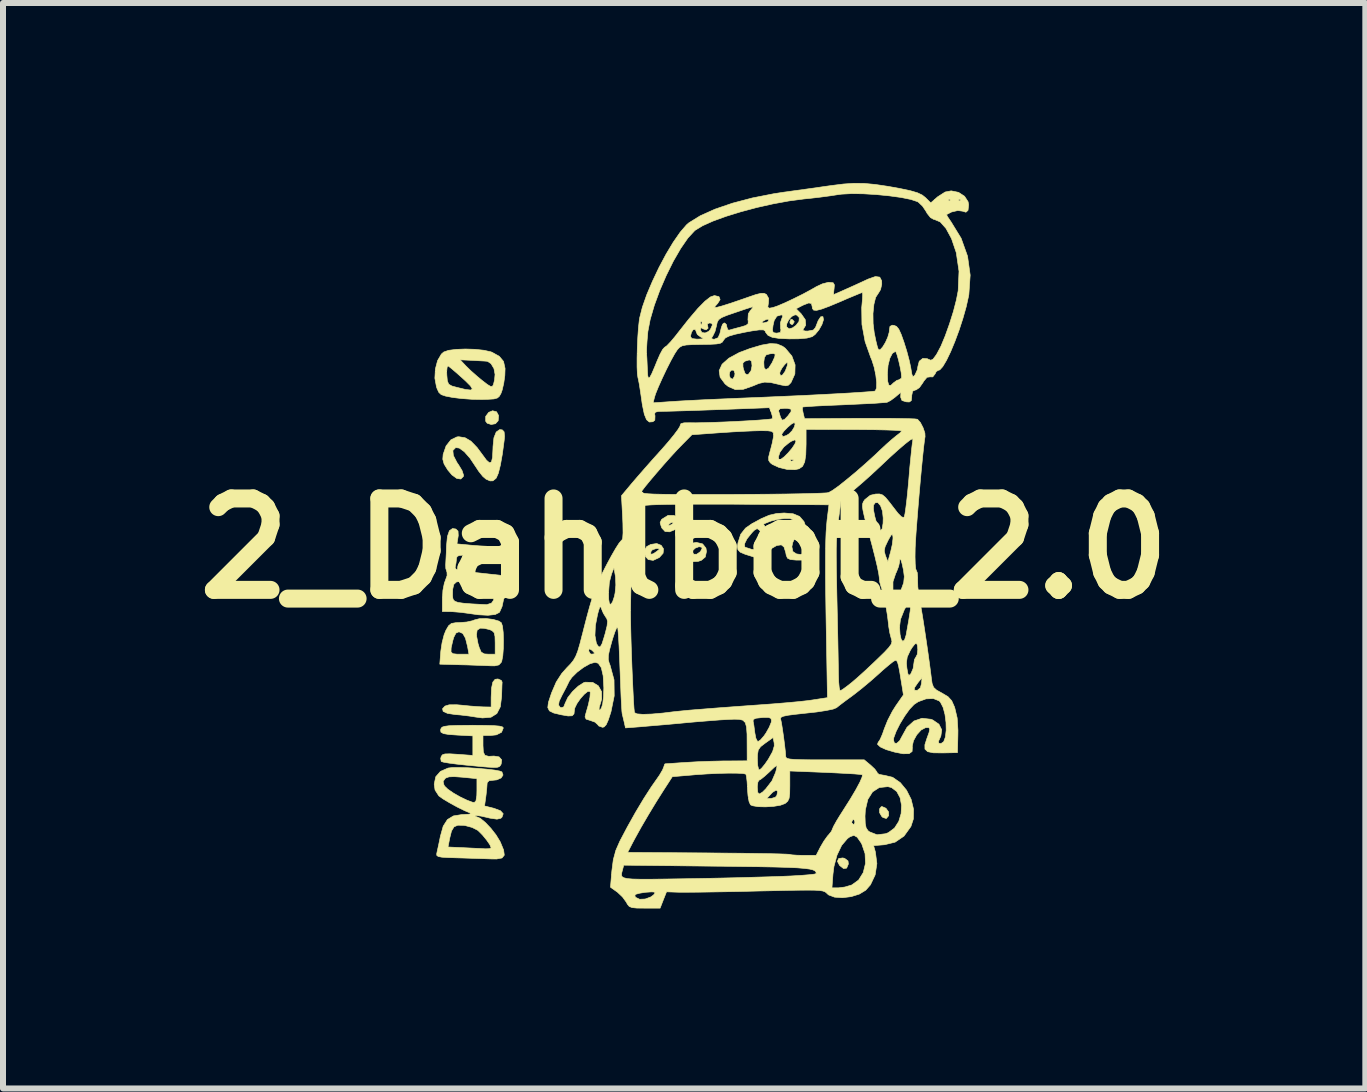
<source format=kicad_pcb>
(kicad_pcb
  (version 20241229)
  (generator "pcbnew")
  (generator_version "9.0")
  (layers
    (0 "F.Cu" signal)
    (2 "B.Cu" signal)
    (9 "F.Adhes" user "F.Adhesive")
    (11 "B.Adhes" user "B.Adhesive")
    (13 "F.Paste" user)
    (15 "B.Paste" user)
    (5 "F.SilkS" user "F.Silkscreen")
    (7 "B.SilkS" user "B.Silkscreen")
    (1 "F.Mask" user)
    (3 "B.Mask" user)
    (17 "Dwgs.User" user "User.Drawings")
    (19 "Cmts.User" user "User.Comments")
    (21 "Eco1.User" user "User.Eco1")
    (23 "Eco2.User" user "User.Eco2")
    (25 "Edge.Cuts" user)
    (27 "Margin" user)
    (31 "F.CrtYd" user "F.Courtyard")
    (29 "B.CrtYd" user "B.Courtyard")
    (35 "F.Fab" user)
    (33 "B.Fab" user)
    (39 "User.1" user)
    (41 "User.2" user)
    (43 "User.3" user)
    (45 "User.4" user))
  (footprint "2_Dahlbot_2.0"
    (layer "F.Cu")
    (at 8.353 6.092)
    (property "Reference" "2_Dahlbot_2.0" (at 0 0 0) (layer "F.SilkS") (effects (font (size 1.524 1.524) (thickness 0.3))))
    (attr through_hole)
    (fp_poly (pts (xy 1.832 -3.785) (xy 1.834 -3.776) (xy 1.808 -3.736) (xy 1.797 -3.732) (xy 1.767 -3.748) (xy 1.761 -3.776) (xy 1.778 -3.818) (xy 1.797 -3.82) (xy 1.832 -3.785)) (stroke (width 0.01) (type solid)) (fill yes) (layer "F.SilkS"))
    (fp_poly (pts (xy 2.674 5.164) (xy 2.731 5.207) (xy 2.737 5.258) (xy 2.708 5.327) (xy 2.656 5.334) (xy 2.591 5.283) (xy 2.554 5.214) (xy 2.575 5.167) (xy 2.642 5.157) (xy 2.674 5.164)) (stroke (width 0.01) (type solid)) (fill yes) (layer "F.SilkS"))
    (fp_poly (pts (xy -3.127 -2.279) (xy -3.093 -2.216) (xy -3.1 -2.129) (xy -3.145 -2.08) (xy -3.216 -2.067) (xy -3.283 -2.088) (xy -3.308 -2.121) (xy -3.308 -2.202) (xy -3.258 -2.269) (xy -3.193 -2.296) (xy -3.127 -2.279)) (stroke (width 0.01) (type solid)) (fill yes) (layer "F.SilkS"))
    (fp_poly (pts (xy 3.363 4.329) (xy 3.407 4.391) (xy 3.408 4.453) (xy 3.369 4.5) (xy 3.313 4.483) (xy 3.292 4.464) (xy 3.257 4.403) (xy 3.256 4.34) (xy 3.285 4.303) (xy 3.298 4.301) (xy 3.363 4.329)) (stroke (width 0.01) (type solid)) (fill yes) (layer "F.SilkS"))
    (fp_poly (pts (xy -0.383 -0.053) (xy -0.344 0.006) (xy -0.351 0.079) (xy -0.414 0.15) (xy -0.517 0.198) (xy -0.599 0.184) (xy -0.645 0.133) (xy -0.654 0.095) (xy -0.558 0.095) (xy -0.518 0.089) (xy -0.459 0.05) (xy -0.414 0.013) (xy -0.425 0.001) (xy -0.464 0) (xy -0.53 0.022) (xy -0.554 0.051) (xy -0.558 0.095) (xy -0.654 0.095) (xy -0.668 0.041) (xy -0.626 -0.031) (xy -0.557 -0.068) (xy -0.457 -0.083) (xy -0.383 -0.053)) (stroke (width 0.01) (type solid)) (fill yes) (layer "F.SilkS"))
    (fp_poly (pts (xy -0.103 -0.51) (xy -0.045 -0.438) (xy -0.047 -0.384) (xy -0.112 -0.334) (xy -0.134 -0.323) (xy -0.244 -0.278) (xy -0.319 -0.284) (xy -0.371 -0.34) (xy -0.379 -0.357) (xy -0.387 -0.382) (xy -0.267 -0.382) (xy -0.234 -0.389) (xy -0.227 -0.392) (xy -0.186 -0.418) (xy -0.185 -0.434) (xy -0.221 -0.43) (xy -0.246 -0.411) (xy -0.267 -0.382) (xy -0.387 -0.382) (xy -0.401 -0.43) (xy -0.379 -0.48) (xy -0.37 -0.489) (xy -0.269 -0.552) (xy -0.17 -0.552) (xy -0.103 -0.51)) (stroke (width 0.01) (type solid)) (fill yes) (layer "F.SilkS"))
    (fp_poly (pts (xy 0.307 -0.077) (xy 0.363 -0.007) (xy 0.372 0.049) (xy 0.352 0.142) (xy 0.286 0.197) (xy 0.231 0.215) (xy 0.15 0.218) (xy 0.092 0.169) (xy 0.087 0.162) (xy 0.039 0.056) (xy 0.04 0.053) (xy 0.135 0.053) (xy 0.158 0.095) (xy 0.21 0.095) (xy 0.269 0.053) (xy 0.272 0.05) (xy 0.298 -0.000432) (xy 0.295 -0.021) (xy 0.247 -0.03) (xy 0.184 -0.006) (xy 0.14 0.036) (xy 0.135 0.053) (xy 0.04 0.053) (xy 0.051 -0.03) (xy 0.116 -0.086) (xy 0.203 -0.102) (xy 0.307 -0.077)) (stroke (width 0.01) (type solid)) (fill yes) (layer "F.SilkS"))
    (fp_poly (pts (xy -3.047 2.199) (xy -3.034 2.227) (xy -3.037 2.282) (xy -3.04 2.38) (xy -3.043 2.469) (xy -3.064 2.638) (xy -3.122 2.751) (xy -3.22 2.812) (xy -3.362 2.824) (xy -3.475 2.809) (xy -3.591 2.791) (xy -3.734 2.774) (xy -3.812 2.768) (xy -3.944 2.748) (xy -4.017 2.715) (xy -4.027 2.67) (xy -3.986 2.626) (xy -3.917 2.605) (xy -3.791 2.604) (xy -3.702 2.612) (xy -3.562 2.626) (xy -3.428 2.636) (xy -3.344 2.64) (xy -3.217 2.642) (xy -3.217 2.481) (xy -3.21 2.324) (xy -3.189 2.227) (xy -3.151 2.18) (xy -3.103 2.174) (xy -3.047 2.199)) (stroke (width 0.01) (type solid)) (fill yes) (layer "F.SilkS"))
    (fp_poly (pts (xy -3.318 2.948) (xy -3.173 2.952) (xy -3.079 2.96) (xy -3.029 2.973) (xy -3.014 2.99) (xy -3.044 3.063) (xy -3.13 3.106) (xy -3.224 3.116) (xy -3.353 3.116) (xy -3.353 3.285) (xy -3.347 3.393) (xy -3.321 3.447) (xy -3.258 3.464) (xy -3.17 3.459) (xy -3.085 3.473) (xy -3.041 3.523) (xy -3.05 3.593) (xy -3.065 3.619) (xy -3.084 3.637) (xy -3.117 3.647) (xy -3.175 3.649) (xy -3.269 3.644) (xy -3.408 3.632) (xy -3.603 3.613) (xy -3.629 3.611) (xy -3.787 3.594) (xy -3.918 3.577) (xy -4.011 3.561) (xy -4.049 3.549) (xy -4.058 3.501) (xy -4.05 3.468) (xy -4.03 3.439) (xy -3.987 3.424) (xy -3.906 3.422) (xy -3.775 3.43) (xy -3.522 3.449) (xy -3.522 3.123) (xy -3.774 3.11) (xy -3.921 3.1) (xy -4.011 3.085) (xy -4.054 3.061) (xy -4.06 3.024) (xy -4.052 2.999) (xy -4.035 2.978) (xy -3.994 2.964) (xy -3.92 2.954) (xy -3.803 2.949) (xy -3.634 2.947) (xy -3.523 2.946) (xy -3.318 2.948)) (stroke (width 0.01) (type solid)) (fill yes) (layer "F.SilkS"))
    (fp_poly (pts (xy -3.031 -1.977) (xy -3.001 -1.945) (xy -2.994 -1.871) (xy -3 -1.8) (xy -3.03 -1.576) (xy -3.063 -1.391) (xy -3.097 -1.255) (xy -3.132 -1.175) (xy -3.139 -1.167) (xy -3.188 -1.128) (xy -3.236 -1.127) (xy -3.302 -1.156) (xy -3.356 -1.202) (xy -3.424 -1.287) (xy -3.47 -1.357) (xy -3.569 -1.505) (xy -3.664 -1.613) (xy -3.748 -1.674) (xy -3.808 -1.682) (xy -3.855 -1.634) (xy -3.847 -1.55) (xy -3.786 -1.432) (xy -3.76 -1.395) (xy -3.701 -1.297) (xy -3.677 -1.222) (xy -3.679 -1.202) (xy -3.723 -1.158) (xy -3.79 -1.168) (xy -3.871 -1.227) (xy -3.94 -1.309) (xy -4.001 -1.408) (xy -4.023 -1.488) (xy -4.017 -1.568) (xy -3.968 -1.71) (xy -3.888 -1.811) (xy -3.787 -1.86) (xy -3.756 -1.863) (xy -3.651 -1.846) (xy -3.554 -1.789) (xy -3.452 -1.684) (xy -3.368 -1.571) (xy -3.295 -1.472) (xy -3.244 -1.428) (xy -3.212 -1.443) (xy -3.194 -1.519) (xy -3.187 -1.658) (xy -3.186 -1.699) (xy -3.171 -1.845) (xy -3.133 -1.941) (xy -3.075 -1.982) (xy -3.031 -1.977)) (stroke (width 0.01) (type solid)) (fill yes) (layer "F.SilkS"))
    (fp_poly (pts (xy -3.183 1.182) (xy -3.087 1.21) (xy -3.047 1.238) (xy -3.028 1.295) (xy -3.016 1.399) (xy -3.012 1.529) (xy -3.014 1.666) (xy -3.023 1.788) (xy -3.04 1.876) (xy -3.047 1.895) (xy -3.088 1.94) (xy -3.158 1.956) (xy -3.227 1.955) (xy -3.323 1.951) (xy -3.464 1.946) (xy -3.627 1.94) (xy -3.721 1.938) (xy -4.073 1.928) (xy -4.057 1.723) (xy -3.886 1.723) (xy -3.856 1.753) (xy -3.786 1.761) (xy -3.741 1.761) (xy -3.587 1.761) (xy -3.61 1.634) (xy -3.645 1.495) (xy -3.672 1.447) (xy -3.462 1.447) (xy -3.436 1.584) (xy -3.416 1.651) (xy -3.383 1.727) (xy -3.33 1.757) (xy -3.266 1.761) (xy -3.15 1.761) (xy -3.15 1.574) (xy -3.153 1.465) (xy -3.167 1.403) (xy -3.201 1.37) (xy -3.241 1.352) (xy -3.333 1.33) (xy -3.401 1.328) (xy -3.451 1.362) (xy -3.462 1.447) (xy -3.672 1.447) (xy -3.69 1.416) (xy -3.751 1.389) (xy -3.756 1.389) (xy -3.804 1.41) (xy -3.841 1.482) (xy -3.857 1.539) (xy -3.884 1.656) (xy -3.886 1.723) (xy -4.057 1.723) (xy -4.056 1.71) (xy -4.035 1.571) (xy -4.001 1.438) (xy -3.971 1.364) (xy -3.926 1.287) (xy -3.879 1.249) (xy -3.804 1.236) (xy -3.739 1.234) (xy -3.623 1.225) (xy -3.525 1.203) (xy -3.497 1.191) (xy -3.414 1.17) (xy -3.301 1.167) (xy -3.183 1.182)) (stroke (width 0.01) (type solid)) (fill yes) (layer "F.SilkS"))
    (fp_poly (pts (xy -3.485 -3.32) (xy -3.337 -3.304) (xy -3.222 -3.278) (xy -3.203 -3.271) (xy -3.081 -3.203) (xy -3.011 -3.119) (xy -2.985 -3.001) (xy -2.989 -2.883) (xy -3.007 -2.755) (xy -3.034 -2.639) (xy -3.053 -2.586) (xy -3.08 -2.538) (xy -3.113 -2.509) (xy -3.17 -2.493) (xy -3.266 -2.487) (xy -3.37 -2.484) (xy -3.538 -2.487) (xy -3.716 -2.5) (xy -3.861 -2.518) (xy -3.979 -2.541) (xy -4.049 -2.565) (xy -4.089 -2.602) (xy -4.118 -2.665) (xy -4.129 -2.697) (xy -4.155 -2.839) (xy -4.149 -2.948) (xy -3.958 -2.948) (xy -3.956 -2.891) (xy -3.947 -2.792) (xy -3.924 -2.738) (xy -3.871 -2.708) (xy -3.793 -2.687) (xy -3.645 -2.651) (xy -3.558 -2.641) (xy -3.531 -2.659) (xy -3.561 -2.71) (xy -3.646 -2.795) (xy -3.691 -2.836) (xy -3.792 -2.926) (xy -3.875 -2.997) (xy -3.927 -3.038) (xy -3.936 -3.043) (xy -3.951 -3.02) (xy -3.958 -2.948) (xy -4.149 -2.948) (xy -4.147 -2.991) (xy -4.11 -3.131) (xy -4.102 -3.145) (xy -3.734 -3.145) (xy -3.636 -3.041) (xy -3.555 -2.962) (xy -3.447 -2.867) (xy -3.371 -2.804) (xy -3.279 -2.733) (xy -3.225 -2.701) (xy -3.196 -2.703) (xy -3.179 -2.732) (xy -3.16 -2.81) (xy -3.152 -2.902) (xy -3.17 -2.999) (xy -3.219 -3.081) (xy -3.279 -3.12) (xy -3.323 -3.124) (xy -3.413 -3.129) (xy -3.518 -3.135) (xy -3.734 -3.145) (xy -4.102 -3.145) (xy -4.047 -3.24) (xy -4.007 -3.275) (xy -3.927 -3.303) (xy -3.8 -3.319) (xy -3.646 -3.325) (xy -3.485 -3.32)) (stroke (width 0.01) (type solid)) (fill yes) (layer "F.SilkS"))
    (fp_poly (pts (xy 1.548 -3.409) (xy 1.64 -3.371) (xy 1.686 -3.337) (xy 1.795 -3.208) (xy 1.849 -3.061) (xy 1.845 -2.909) (xy 1.782 -2.769) (xy 1.777 -2.762) (xy 1.739 -2.723) (xy 1.693 -2.712) (xy 1.614 -2.726) (xy 1.574 -2.736) (xy 1.44 -2.767) (xy 1.34 -2.773) (xy 1.245 -2.751) (xy 1.147 -2.71) (xy 0.984 -2.653) (xy 0.852 -2.649) (xy 0.738 -2.698) (xy 0.682 -2.743) (xy 0.599 -2.855) (xy 0.594 -2.891) (xy 0.751 -2.891) (xy 0.769 -2.841) (xy 0.803 -2.824) (xy 0.813 -2.828) (xy 0.841 -2.876) (xy 0.847 -2.915) (xy 0.828 -2.971) (xy 0.788 -2.973) (xy 0.761 -2.945) (xy 0.751 -2.891) (xy 0.594 -2.891) (xy 0.583 -2.964) (xy 0.632 -3.071) (xy 0.654 -3.091) (xy 0.979 -3.091) (xy 0.98 -3.029) (xy 0.989 -2.988) (xy 1.016 -2.915) (xy 1.048 -2.897) (xy 1.073 -2.907) (xy 1.084 -2.921) (xy 1.592 -2.921) (xy 1.606 -2.881) (xy 1.64 -2.893) (xy 1.681 -2.951) (xy 1.688 -2.965) (xy 1.717 -3.043) (xy 1.726 -3.092) (xy 1.711 -3.099) (xy 1.676 -3.067) (xy 1.634 -3.013) (xy 1.602 -2.956) (xy 1.592 -2.921) (xy 1.084 -2.921) (xy 1.114 -2.962) (xy 1.131 -3.044) (xy 1.125 -3.107) (xy 1.327 -3.107) (xy 1.332 -3.014) (xy 1.362 -2.98) (xy 1.408 -3.007) (xy 1.464 -3.094) (xy 1.467 -3.1) (xy 1.509 -3.192) (xy 1.517 -3.237) (xy 1.489 -3.25) (xy 1.431 -3.245) (xy 1.368 -3.228) (xy 1.338 -3.184) (xy 1.327 -3.107) (xy 1.125 -3.107) (xy 1.124 -3.122) (xy 1.086 -3.144) (xy 1.013 -3.122) (xy 0.979 -3.091) (xy 0.654 -3.091) (xy 0.745 -3.172) (xy 0.92 -3.267) (xy 1.102 -3.335) (xy 1.293 -3.391) (xy 1.437 -3.416) (xy 1.548 -3.409)) (stroke (width 0.01) (type solid)) (fill yes) (layer "F.SilkS"))
    (fp_poly (pts (xy -3.806 -0.325) (xy -3.769 -0.29) (xy -3.765 -0.217) (xy -3.769 -0.19) (xy -3.787 -0.077) (xy -3.562 -0.056) (xy -3.413 -0.044) (xy -3.263 -0.036) (xy -3.173 -0.034) (xy -3.075 -0.031) (xy -3.029 -0.017) (xy -3.018 0.016) (xy -3.02 0.042) (xy -3.028 0.075) (xy -3.047 0.097) (xy -3.09 0.109) (xy -3.169 0.114) (xy -3.295 0.113) (xy -3.412 0.111) (xy -3.578 0.109) (xy -3.688 0.11) (xy -3.753 0.118) (xy -3.784 0.133) (xy -3.793 0.157) (xy -3.794 0.162) (xy -3.803 0.244) (xy -3.813 0.291) (xy -3.817 0.321) (xy -3.803 0.343) (xy -3.761 0.36) (xy -3.678 0.376) (xy -3.546 0.393) (xy -3.44 0.405) (xy -3.048 0.448) (xy -3.014 0.575) (xy -2.999 0.696) (xy -3.007 0.836) (xy -3.035 0.967) (xy -3.077 1.061) (xy -3.082 1.066) (xy -3.149 1.1) (xy -3.27 1.113) (xy -3.435 1.104) (xy -3.59 1.082) (xy -3.724 1.064) (xy -3.861 1.053) (xy -3.886 1.052) (xy -4.03 1.05) (xy -4.03 0.838) (xy -4.024 0.753) (xy -3.86 0.753) (xy -3.86 0.809) (xy -3.85 0.85) (xy -3.823 0.879) (xy -3.769 0.899) (xy -3.678 0.912) (xy -3.54 0.923) (xy -3.347 0.933) (xy -3.291 0.936) (xy -3.211 0.91) (xy -3.177 0.862) (xy -3.155 0.758) (xy -3.178 0.665) (xy -3.239 0.605) (xy -3.259 0.598) (xy -3.332 0.585) (xy -3.446 0.569) (xy -3.568 0.555) (xy -3.708 0.546) (xy -3.795 0.557) (xy -3.84 0.599) (xy -3.858 0.679) (xy -3.86 0.753) (xy -4.024 0.753) (xy -4.021 0.697) (xy -3.997 0.577) (xy -3.979 0.529) (xy -3.951 0.451) (xy -3.953 0.395) (xy -3.954 0.393) (xy -3.973 0.332) (xy -3.975 0.271) (xy -3.971 0.193) (xy -3.965 0.075) (xy -3.961 -0.042) (xy -3.946 -0.2) (xy -3.913 -0.296) (xy -3.861 -0.333) (xy -3.806 -0.325)) (stroke (width 0.01) (type solid)) (fill yes) (layer "F.SilkS"))
    (fp_poly (pts (xy 1.816 -0.579) (xy 1.923 -0.535) (xy 1.997 -0.449) (xy 2.047 -0.312) (xy 2.076 -0.159) (xy 2.093 0.002) (xy 2.088 0.107) (xy 2.052 0.168) (xy 1.982 0.193) (xy 1.869 0.193) (xy 1.867 0.193) (xy 1.771 0.184) (xy 1.722 0.161) (xy 1.701 0.112) (xy 1.693 0.067) (xy 1.664 -0.025) (xy 1.658 -0.03) (xy 1.795 -0.03) (xy 1.812 0.051) (xy 1.872 0.09) (xy 1.939 0.099) (xy 1.973 0.09) (xy 1.991 0.051) (xy 1.998 -0.035) (xy 1.998 -0.096) (xy 1.995 -0.206) (xy 1.985 -0.287) (xy 1.976 -0.316) (xy 1.943 -0.31) (xy 1.896 -0.26) (xy 1.848 -0.184) (xy 1.811 -0.102) (xy 1.795 -0.031) (xy 1.795 -0.03) (xy 1.658 -0.03) (xy 1.619 -0.061) (xy 1.542 -0.05) (xy 1.461 -0.003) (xy 1.402 0.06) (xy 1.389 0.103) (xy 1.381 0.154) (xy 1.35 0.176) (xy 1.283 0.171) (xy 1.166 0.142) (xy 1.151 0.138) (xy 1.016 0.096) (xy 0.934 0.061) (xy 0.896 0.02) (xy 0.889 -0.036) (xy 0.895 -0.079) (xy 1.006 -0.079) (xy 1.009 -0.028) (xy 1.023 -0.019) (xy 1.095 0.004) (xy 1.118 0.012) (xy 1.229 0.029) (xy 1.302 -0.007) (xy 1.321 -0.034) (xy 1.338 -0.102) (xy 1.316 -0.188) (xy 1.301 -0.221) (xy 1.255 -0.306) (xy 1.216 -0.332) (xy 1.167 -0.303) (xy 1.128 -0.262) (xy 1.047 -0.161) (xy 1.006 -0.079) (xy 0.895 -0.079) (xy 0.897 -0.095) (xy 0.942 -0.237) (xy 1.023 -0.34) (xy 1.121 -0.408) (xy 1.322 -0.408) (xy 1.392 -0.289) (xy 1.469 -0.195) (xy 1.549 -0.168) (xy 1.635 -0.208) (xy 1.726 -0.309) (xy 1.78 -0.395) (xy 1.807 -0.461) (xy 1.807 -0.482) (xy 1.762 -0.5) (xy 1.673 -0.5) (xy 1.563 -0.486) (xy 1.452 -0.459) (xy 1.414 -0.445) (xy 1.322 -0.408) (xy 1.121 -0.408) (xy 1.122 -0.409) (xy 1.287 -0.499) (xy 1.418 -0.555) (xy 1.538 -0.583) (xy 1.667 -0.592) (xy 1.816 -0.579)) (stroke (width 0.01) (type solid)) (fill yes) (layer "F.SilkS"))
    (fp_poly (pts (xy -3.604 3.654) (xy -3.449 3.664) (xy -3.298 3.677) (xy -3.167 3.692) (xy -3.075 3.709) (xy -3.038 3.723) (xy -3.019 3.775) (xy -3.051 3.824) (xy -3.123 3.856) (xy -3.17 3.861) (xy -3.251 3.87) (xy -3.283 3.902) (xy -3.285 3.924) (xy -3.29 3.996) (xy -3.301 4.1) (xy -3.306 4.139) (xy -3.327 4.291) (xy -3.17 4.33) (xy -3.061 4.371) (xy -3.016 4.421) (xy -3.036 4.477) (xy -3.056 4.496) (xy -3.12 4.511) (xy -3.237 4.494) (xy -3.282 4.483) (xy -3.385 4.46) (xy -3.459 4.45) (xy -3.482 4.453) (xy -3.474 4.469) (xy -3.46 4.47) (xy -3.398 4.497) (xy -3.314 4.566) (xy -3.222 4.663) (xy -3.136 4.773) (xy -3.07 4.881) (xy -3.063 4.895) (xy -3.009 5.026) (xy -2.998 5.111) (xy -3.036 5.158) (xy -3.127 5.175) (xy -3.212 5.174) (xy -3.33 5.17) (xy -3.49 5.165) (xy -3.667 5.159) (xy -3.771 5.156) (xy -3.932 5.151) (xy -4.037 5.145) (xy -4.096 5.134) (xy -4.122 5.117) (xy -4.125 5.091) (xy -4.121 5.07) (xy -4.105 4.996) (xy -4.1 4.975) (xy -3.936 4.975) (xy -3.67 4.987) (xy -3.529 4.994) (xy -3.403 5) (xy -3.317 5.005) (xy -3.31 5.005) (xy -3.243 5.003) (xy -3.217 4.989) (xy -3.239 4.936) (xy -3.293 4.858) (xy -3.362 4.774) (xy -3.431 4.705) (xy -3.445 4.694) (xy -3.534 4.649) (xy -3.649 4.618) (xy -3.675 4.614) (xy -3.773 4.612) (xy -3.836 4.639) (xy -3.878 4.709) (xy -3.909 4.833) (xy -3.912 4.851) (xy -3.936 4.975) (xy -4.1 4.975) (xy -4.081 4.885) (xy -4.063 4.796) (xy -4.016 4.628) (xy -3.946 4.518) (xy -3.846 4.457) (xy -3.704 4.434) (xy -3.685 4.434) (xy -3.595 4.429) (xy -3.551 4.421) (xy -3.556 4.413) (xy -3.658 4.37) (xy -3.784 4.308) (xy -3.911 4.238) (xy -4.02 4.173) (xy -4.089 4.123) (xy -4.089 4.123) (xy -4.152 4.025) (xy -4.166 3.928) (xy -4.157 3.884) (xy -4.018 3.884) (xy -4.004 3.94) (xy -3.991 3.962) (xy -3.939 4.012) (xy -3.846 4.076) (xy -3.732 4.141) (xy -3.619 4.195) (xy -3.528 4.229) (xy -3.497 4.233) (xy -3.47 4.205) (xy -3.456 4.116) (xy -3.454 4.035) (xy -3.454 3.836) (xy -3.696 3.812) (xy -3.834 3.802) (xy -3.92 3.806) (xy -3.973 3.825) (xy -3.987 3.837) (xy -4.018 3.884) (xy -4.157 3.884) (xy -4.14 3.804) (xy -4.062 3.715) (xy -3.935 3.659) (xy -3.864 3.651) (xy -3.748 3.65) (xy -3.604 3.654)) (stroke (width 0.01) (type solid)) (fill yes) (layer "F.SilkS"))
    (fp_poly (pts (xy 3 -6.085) (xy 3.183 -6.068) (xy 3.398 -6.036) (xy 3.602 -5.999) (xy 3.771 -5.963) (xy 3.888 -5.929) (xy 3.968 -5.891) (xy 4.022 -5.848) (xy 4.11 -5.761) (xy 4.164 -5.808) (xy 4.403 -5.808) (xy 4.42 -5.791) (xy 4.437 -5.808) (xy 4.572 -5.808) (xy 4.589 -5.791) (xy 4.606 -5.808) (xy 4.589 -5.825) (xy 4.572 -5.808) (xy 4.437 -5.808) (xy 4.42 -5.825) (xy 4.403 -5.808) (xy 4.164 -5.808) (xy 4.224 -5.861) (xy 4.35 -5.942) (xy 4.45 -5.961) (xy 4.573 -5.936) (xy 4.673 -5.871) (xy 4.732 -5.78) (xy 4.741 -5.727) (xy 4.731 -5.636) (xy 4.696 -5.605) (xy 4.637 -5.623) (xy 4.56 -5.633) (xy 4.457 -5.609) (xy 4.374 -5.566) (xy 4.385 -5.538) (xy 4.427 -5.475) (xy 4.448 -5.445) (xy 4.616 -5.171) (xy 4.723 -4.872) (xy 4.767 -4.557) (xy 4.745 -4.235) (xy 4.741 -4.211) (xy 4.701 -4.03) (xy 4.646 -3.836) (xy 4.582 -3.639) (xy 4.512 -3.45) (xy 4.441 -3.279) (xy 4.372 -3.136) (xy 4.31 -3.032) (xy 4.26 -2.977) (xy 4.238 -2.971) (xy 4.202 -2.95) (xy 4.182 -2.91) (xy 4.143 -2.86) (xy 4.101 -2.861) (xy 4.048 -2.854) (xy 3.995 -2.791) (xy 3.977 -2.761) (xy 3.921 -2.682) (xy 3.864 -2.643) (xy 3.853 -2.642) (xy 3.808 -2.622) (xy 3.793 -2.553) (xy 3.793 -2.538) (xy 3.786 -2.466) (xy 3.753 -2.442) (xy 3.7 -2.445) (xy 3.63 -2.467) (xy 3.609 -2.52) (xy 3.609 -2.529) (xy 3.612 -2.604) (xy 3.514 -2.521) (xy 3.439 -2.466) (xy 3.382 -2.437) (xy 3.376 -2.436) (xy 3.318 -2.431) (xy 3.225 -2.424) (xy 3.2 -2.422) (xy 3.12 -2.417) (xy 2.987 -2.411) (xy 2.817 -2.403) (xy 2.626 -2.394) (xy 2.525 -2.39) (xy 2.341 -2.382) (xy 2.183 -2.374) (xy 2.061 -2.366) (xy 1.988 -2.36) (xy 1.973 -2.357) (xy 1.971 -2.319) (xy 1.984 -2.254) (xy 2.006 -2.164) (xy 2.93 -2.17) (xy 3.175 -2.17) (xy 3.398 -2.17) (xy 3.589 -2.167) (xy 3.741 -2.164) (xy 3.844 -2.16) (xy 3.889 -2.154) (xy 3.889 -2.154) (xy 3.937 -2.1) (xy 3.982 -2.013) (xy 4.012 -1.924) (xy 4.015 -1.865) (xy 4.006 -1.808) (xy 3.992 -1.694) (xy 3.975 -1.535) (xy 3.956 -1.342) (xy 3.936 -1.127) (xy 3.916 -0.9) (xy 3.897 -0.673) (xy 3.88 -0.457) (xy 3.865 -0.263) (xy 3.855 -0.102) (xy 3.85 -0.007) (xy 3.848 0.139) (xy 3.851 0.259) (xy 3.859 0.338) (xy 3.867 0.36) (xy 3.885 0.402) (xy 3.892 0.486) (xy 3.891 0.519) (xy 3.894 0.637) (xy 3.911 0.778) (xy 3.923 0.847) (xy 3.944 0.961) (xy 3.972 1.126) (xy 4.003 1.325) (xy 4.035 1.539) (xy 4.066 1.753) (xy 4.093 1.95) (xy 4.114 2.112) (xy 4.117 2.138) (xy 4.132 2.248) (xy 4.157 2.314) (xy 4.207 2.36) (xy 4.296 2.409) (xy 4.397 2.469) (xy 4.459 2.537) (xy 4.505 2.64) (xy 4.511 2.659) (xy 4.55 2.824) (xy 4.563 3.031) (xy 4.562 3.115) (xy 4.555 3.402) (xy 4.31 3.407) (xy 4.154 3.405) (xy 4.058 3.386) (xy 4.013 3.343) (xy 4.012 3.271) (xy 4.043 3.173) (xy 4.082 3.065) (xy 4.093 3.007) (xy 4.076 2.984) (xy 4.028 2.986) (xy 4.023 2.986) (xy 3.949 3.025) (xy 3.876 3.106) (xy 3.822 3.204) (xy 3.801 3.295) (xy 3.803 3.311) (xy 3.799 3.383) (xy 3.749 3.419) (xy 3.648 3.421) (xy 3.51 3.394) (xy 3.367 3.352) (xy 3.269 3.307) (xy 3.222 3.263) (xy 3.235 3.227) (xy 3.238 3.225) (xy 3.26 3.192) (xy 3.489 3.192) (xy 3.505 3.244) (xy 3.544 3.246) (xy 3.592 3.203) (xy 3.625 3.141) (xy 3.714 2.98) (xy 3.83 2.875) (xy 3.965 2.829) (xy 4.112 2.846) (xy 4.144 2.858) (xy 4.246 2.928) (xy 4.293 3.022) (xy 4.278 3.128) (xy 4.27 3.144) (xy 4.238 3.215) (xy 4.245 3.246) (xy 4.28 3.251) (xy 4.325 3.221) (xy 4.354 3.142) (xy 4.367 3.029) (xy 4.364 2.898) (xy 4.347 2.766) (xy 4.316 2.649) (xy 4.272 2.563) (xy 4.251 2.54) (xy 4.154 2.501) (xy 4.031 2.506) (xy 3.902 2.553) (xy 3.832 2.599) (xy 3.758 2.677) (xy 3.676 2.791) (xy 3.597 2.921) (xy 3.533 3.048) (xy 3.494 3.153) (xy 3.489 3.192) (xy 3.26 3.192) (xy 3.267 3.181) (xy 3.305 3.093) (xy 3.336 3.004) (xy 3.392 2.864) (xy 3.47 2.713) (xy 3.526 2.624) (xy 3.654 2.44) (xy 3.642 2.36) (xy 3.835 2.36) (xy 3.883 2.365) (xy 3.886 2.364) (xy 3.937 2.322) (xy 3.955 2.252) (xy 3.965 2.151) (xy 3.897 2.235) (xy 3.84 2.318) (xy 3.835 2.36) (xy 3.642 2.36) (xy 3.62 2.227) (xy 3.594 2.066) (xy 3.574 1.96) (xy 3.559 1.905) (xy 3.704 1.905) (xy 3.712 1.993) (xy 3.728 2.083) (xy 3.743 2.115) (xy 3.767 2.1) (xy 3.781 2.082) (xy 3.816 2) (xy 3.827 1.926) (xy 3.838 1.85) (xy 3.861 1.812) (xy 3.885 1.765) (xy 3.894 1.687) (xy 3.887 1.612) (xy 3.872 1.58) (xy 3.844 1.593) (xy 3.798 1.652) (xy 3.769 1.699) (xy 3.718 1.807) (xy 3.704 1.905) (xy 3.559 1.905) (xy 3.557 1.899) (xy 3.541 1.87) (xy 3.523 1.863) (xy 3.522 1.863) (xy 3.484 1.884) (xy 3.41 1.943) (xy 3.311 2.027) (xy 3.243 2.089) (xy 3.107 2.209) (xy 2.961 2.331) (xy 2.83 2.434) (xy 2.794 2.461) (xy 2.687 2.539) (xy 2.597 2.607) (xy 2.542 2.651) (xy 2.54 2.653) (xy 2.484 2.676) (xy 2.369 2.7) (xy 2.206 2.725) (xy 2.04 2.743) (xy 1.857 2.763) (xy 1.732 2.779) (xy 1.655 2.795) (xy 1.616 2.812) (xy 1.606 2.833) (xy 1.608 2.843) (xy 1.621 2.904) (xy 1.638 3.01) (xy 1.657 3.141) (xy 1.674 3.274) (xy 1.687 3.389) (xy 1.692 3.463) (xy 1.692 3.463) (xy 1.697 3.483) (xy 1.718 3.499) (xy 1.763 3.509) (xy 1.841 3.516) (xy 1.96 3.52) (xy 2.13 3.522) (xy 2.347 3.522) (xy 3.001 3.522) (xy 3.109 3.612) (xy 3.177 3.676) (xy 3.215 3.728) (xy 3.217 3.739) (xy 3.247 3.764) (xy 3.32 3.778) (xy 3.333 3.779) (xy 3.474 3.813) (xy 3.601 3.901) (xy 3.706 4.028) (xy 3.783 4.181) (xy 3.823 4.346) (xy 3.82 4.508) (xy 3.779 4.633) (xy 3.664 4.793) (xy 3.516 4.894) (xy 3.34 4.937) (xy 3.157 4.952) (xy 3.187 5.058) (xy 3.212 5.251) (xy 3.183 5.44) (xy 3.105 5.605) (xy 3.026 5.695) (xy 2.919 5.76) (xy 2.784 5.802) (xy 2.639 5.82) (xy 2.507 5.811) (xy 2.408 5.774) (xy 2.385 5.754) (xy 2.366 5.735) (xy 2.343 5.72) (xy 2.308 5.708) (xy 2.256 5.7) (xy 2.177 5.695) (xy 2.066 5.694) (xy 1.914 5.695) (xy 1.715 5.698) (xy 1.461 5.704) (xy 1.22 5.709) (xy 0.942 5.716) (xy 0.678 5.721) (xy 0.436 5.725) (xy 0.226 5.728) (xy 0.06 5.729) (xy -0.054 5.729) (xy -0.088 5.729) (xy -0.294 5.722) (xy -0.348 5.858) (xy -0.401 5.994) (xy -0.657 5.994) (xy -0.788 5.993) (xy -0.868 5.985) (xy -0.915 5.966) (xy -0.946 5.929) (xy -0.964 5.895) (xy -1.028 5.807) (xy -1.045 5.791) (xy -0.823 5.791) (xy -0.807 5.815) (xy -0.743 5.846) (xy -0.65 5.842) (xy -0.557 5.808) (xy -0.51 5.774) (xy -0.482 5.737) (xy -0.507 5.725) (xy -0.547 5.723) (xy -0.647 5.73) (xy -0.741 5.745) (xy -0.811 5.764) (xy -0.823 5.791) (xy -1.045 5.791) (xy -1.114 5.726) (xy -1.122 5.721) (xy -1.213 5.656) (xy 2.463 5.656) (xy 2.57 5.656) (xy 2.678 5.642) (xy 2.79 5.609) (xy 2.793 5.608) (xy 2.907 5.526) (xy 2.985 5.401) (xy 3.022 5.249) (xy 3.015 5.086) (xy 2.961 4.927) (xy 2.947 4.902) (xy 2.884 4.812) (xy 2.829 4.781) (xy 2.764 4.804) (xy 2.721 4.835) (xy 2.625 4.948) (xy 2.548 5.109) (xy 2.496 5.301) (xy 2.48 5.427) (xy 2.463 5.656) (xy -1.213 5.656) (xy -1.228 5.645) (xy -1.211 5.439) (xy -1.046 5.439) (xy -1.037 5.467) (xy -1.008 5.487) (xy -0.952 5.501) (xy -0.862 5.509) (xy -0.73 5.512) (xy -0.551 5.512) (xy -0.317 5.509) (xy -0.042 5.505) (xy 0.252 5.5) (xy 0.561 5.494) (xy 0.867 5.487) (xy 1.154 5.479) (xy 1.404 5.472) (xy 1.583 5.466) (xy 1.779 5.458) (xy 1.95 5.448) (xy 2.084 5.437) (xy 2.171 5.427) (xy 2.201 5.418) (xy 2.197 5.394) (xy 2.181 5.374) (xy 2.148 5.357) (xy 2.091 5.343) (xy 2.006 5.332) (xy 1.887 5.322) (xy 1.729 5.315) (xy 1.525 5.309) (xy 1.271 5.304) (xy 0.961 5.3) (xy 0.589 5.295) (xy 0.548 5.295) (xy -1.007 5.278) (xy -1.028 5.357) (xy -1.04 5.403) (xy -1.046 5.439) (xy -1.211 5.439) (xy -1.205 5.372) (xy -1.181 5.186) (xy -1.148 5.065) (xy -0.942 5.065) (xy 0.4 5.074) (xy 0.695 5.077) (xy 0.968 5.079) (xy 1.212 5.083) (xy 1.42 5.086) (xy 1.584 5.09) (xy 1.698 5.094) (xy 1.753 5.097) (xy 1.757 5.098) (xy 1.796 5.106) (xy 1.884 5.112) (xy 1.986 5.114) (xy 2.2 5.114) (xy 2.27 4.977) (xy 2.329 4.876) (xy 2.39 4.791) (xy 2.406 4.774) (xy 2.455 4.713) (xy 2.472 4.672) (xy 2.49 4.63) (xy 2.528 4.562) (xy 2.791 4.562) (xy 2.795 4.574) (xy 2.828 4.604) (xy 2.844 4.57) (xy 2.845 4.553) (xy 2.828 4.518) (xy 2.81 4.522) (xy 2.791 4.562) (xy 2.528 4.562) (xy 2.537 4.545) (xy 2.589 4.46) (xy 3.014 4.46) (xy 3.018 4.582) (xy 3.033 4.656) (xy 3.064 4.703) (xy 3.089 4.722) (xy 3.214 4.771) (xy 3.355 4.754) (xy 3.403 4.736) (xy 3.506 4.659) (xy 3.577 4.548) (xy 3.616 4.418) (xy 3.623 4.281) (xy 3.599 4.154) (xy 3.543 4.05) (xy 3.456 3.984) (xy 3.395 3.969) (xy 3.252 3.984) (xy 3.14 4.056) (xy 3.061 4.182) (xy 3.02 4.356) (xy 3.014 4.46) (xy 2.589 4.46) (xy 2.606 4.433) (xy 2.655 4.356) (xy 2.769 4.176) (xy 2.862 4.019) (xy 2.929 3.894) (xy 2.966 3.808) (xy 2.97 3.771) (xy 2.933 3.765) (xy 2.839 3.757) (xy 2.7 3.749) (xy 2.527 3.74) (xy 2.358 3.732) (xy 1.761 3.708) (xy 1.761 3.953) (xy 1.759 4.083) (xy 1.749 4.163) (xy 1.726 4.212) (xy 1.686 4.247) (xy 1.68 4.251) (xy 1.604 4.279) (xy 1.488 4.298) (xy 1.357 4.306) (xy 1.233 4.303) (xy 1.139 4.287) (xy 1.106 4.272) (xy 1.082 4.22) (xy 1.072 4.166) (xy 1.377 4.166) (xy 1.451 4.166) (xy 1.519 4.146) (xy 1.545 4.116) (xy 1.558 4.046) (xy 1.532 4.027) (xy 1.475 4.062) (xy 1.458 4.079) (xy 1.377 4.166) (xy 1.072 4.166) (xy 1.064 4.118) (xy 1.055 4.008) (xy 1.054 3.979) (xy 1.219 3.979) (xy 1.226 4.065) (xy 1.253 4.092) (xy 1.306 4.06) (xy 1.361 4.005) (xy 1.463 3.873) (xy 1.524 3.732) (xy 1.537 3.682) (xy 1.547 3.632) (xy 1.539 3.619) (xy 1.502 3.646) (xy 1.427 3.717) (xy 1.419 3.725) (xy 1.338 3.798) (xy 1.275 3.848) (xy 1.249 3.861) (xy 1.229 3.891) (xy 1.219 3.964) (xy 1.219 3.979) (xy 1.054 3.979) (xy 1.049 3.89) (xy 1.039 3.801) (xy 1.029 3.761) (xy 0.984 3.75) (xy 0.884 3.745) (xy 0.742 3.744) (xy 0.571 3.748) (xy 0.382 3.757) (xy 0.189 3.77) (xy 0.147 3.774) (xy -0.197 3.803) (xy -0.342 4.027) (xy -0.464 4.22) (xy -0.593 4.433) (xy -0.717 4.645) (xy -0.821 4.833) (xy -0.863 4.912) (xy -0.942 5.065) (xy -1.148 5.065) (xy -1.139 5.031) (xy -1.072 4.878) (xy -0.947 4.641) (xy -0.811 4.398) (xy -0.674 4.169) (xy -0.547 3.972) (xy -0.484 3.882) (xy -0.412 3.779) (xy -0.361 3.692) (xy -0.339 3.639) (xy -0.339 3.637) (xy -0.324 3.593) (xy -0.313 3.588) (xy -0.27 3.586) (xy -0.176 3.579) (xy -0.047 3.57) (xy 0.034 3.565) (xy 0.221 3.554) (xy 0.438 3.546) (xy 0.646 3.541) (xy 0.703 3.541) (xy 1.05 3.539) (xy 1.05 3.514) (xy 1.22 3.514) (xy 1.225 3.613) (xy 1.24 3.678) (xy 1.253 3.691) (xy 1.288 3.665) (xy 1.345 3.596) (xy 1.403 3.512) (xy 1.474 3.385) (xy 1.502 3.291) (xy 1.5 3.242) (xy 1.482 3.151) (xy 1.352 3.243) (xy 1.274 3.303) (xy 1.235 3.358) (xy 1.222 3.436) (xy 1.22 3.514) (xy 1.05 3.514) (xy 1.049 3.268) (xy 1.048 3.093) (xy 1.039 2.974) (xy 1.018 2.901) (xy 0.996 2.879) (xy 1.149 2.879) (xy 1.161 2.943) (xy 1.174 3.042) (xy 1.178 3.073) (xy 1.195 3.162) (xy 1.221 3.212) (xy 1.232 3.217) (xy 1.272 3.191) (xy 1.33 3.124) (xy 1.364 3.075) (xy 1.418 2.979) (xy 1.451 2.898) (xy 1.456 2.87) (xy 1.447 2.832) (xy 1.407 2.816) (xy 1.32 2.816) (xy 1.295 2.818) (xy 1.196 2.829) (xy 1.152 2.85) (xy 1.149 2.879) (xy 0.996 2.879) (xy 0.979 2.862) (xy 0.917 2.847) (xy 0.834 2.845) (xy 0.74 2.849) (xy 0.595 2.857) (xy 0.415 2.871) (xy 0.216 2.887) (xy 0.102 2.897) (xy -0.11 2.917) (xy -0.321 2.936) (xy -0.513 2.952) (xy -0.665 2.965) (xy -0.718 2.97) (xy -0.978 2.99) (xy -1 2.892) (xy -1.02 2.808) (xy -1.033 2.755) (xy -1.038 2.711) (xy -1.044 2.609) (xy -1.052 2.462) (xy -1.059 2.279) (xy -1.067 2.072) (xy -1.069 2.027) (xy -1.077 1.817) (xy -1.085 1.63) (xy -1.094 1.476) (xy -1.102 1.366) (xy -1.108 1.311) (xy -1.11 1.308) (xy -1.126 1.324) (xy -1.155 1.392) (xy -1.191 1.5) (xy -1.206 1.551) (xy -1.244 1.689) (xy -1.263 1.781) (xy -1.265 1.848) (xy -1.25 1.908) (xy -1.235 1.945) (xy -1.169 2.189) (xy -1.166 2.456) (xy -1.22 2.721) (xy -1.264 2.857) (xy -1.3 2.937) (xy -1.335 2.974) (xy -1.361 2.98) (xy -1.423 2.958) (xy -1.443 2.933) (xy -1.486 2.894) (xy -1.564 2.866) (xy -1.634 2.844) (xy -1.652 2.807) (xy -1.644 2.769) (xy -1.597 2.605) (xy -1.57 2.478) (xy -1.565 2.399) (xy -1.572 2.379) (xy -1.609 2.384) (xy -1.666 2.43) (xy -1.73 2.502) (xy -1.787 2.584) (xy -1.823 2.658) (xy -1.829 2.69) (xy -1.836 2.756) (xy -1.867 2.788) (xy -1.935 2.791) (xy -2.05 2.771) (xy -2.173 2.742) (xy -2.246 2.706) (xy -2.273 2.651) (xy -2.268 2.609) (xy -2.094 2.609) (xy -2.067 2.646) (xy -2.051 2.653) (xy -2.008 2.641) (xy -1.982 2.576) (xy -1.939 2.484) (xy -1.86 2.383) (xy -1.765 2.294) (xy -1.674 2.236) (xy -1.646 2.228) (xy -1.523 2.232) (xy -1.43 2.289) (xy -1.377 2.385) (xy -1.375 2.507) (xy -1.387 2.551) (xy -1.415 2.644) (xy -1.419 2.692) (xy -1.401 2.689) (xy -1.379 2.659) (xy -1.358 2.59) (xy -1.344 2.472) (xy -1.339 2.327) (xy -1.339 2.32) (xy -1.35 2.122) (xy -1.381 1.987) (xy -1.432 1.913) (xy -1.485 1.897) (xy -1.569 1.92) (xy -1.676 1.98) (xy -1.784 2.061) (xy -1.872 2.148) (xy -1.914 2.208) (xy -1.968 2.318) (xy -2.028 2.431) (xy -2.032 2.438) (xy -2.083 2.544) (xy -2.094 2.609) (xy -2.268 2.609) (xy -2.262 2.563) (xy -2.217 2.427) (xy -2.209 2.404) (xy -2.132 2.225) (xy -2.041 2.084) (xy -1.956 1.988) (xy -1.892 1.922) (xy -1.845 1.863) (xy -1.808 1.798) (xy -1.774 1.713) (xy -1.772 1.706) (xy -1.592 1.706) (xy -1.566 1.754) (xy -1.541 1.761) (xy -1.496 1.754) (xy -1.49 1.748) (xy -1.513 1.719) (xy -1.541 1.693) (xy -1.581 1.67) (xy -1.592 1.701) (xy -1.592 1.706) (xy -1.772 1.706) (xy -1.739 1.594) (xy -1.702 1.45) (xy -1.487 1.45) (xy -1.464 1.575) (xy -1.454 1.597) (xy -1.424 1.639) (xy -1.398 1.638) (xy -1.369 1.588) (xy -1.335 1.48) (xy -1.315 1.412) (xy -1.285 1.291) (xy -1.277 1.216) (xy -1.289 1.169) (xy -1.302 1.151) (xy -1.347 1.079) (xy -1.366 1.033) (xy -0.894 1.033) (xy -0.893 1.171) (xy -0.89 1.347) (xy -0.885 1.548) (xy -0.878 1.764) (xy -0.87 1.984) (xy -0.861 2.195) (xy -0.852 2.387) (xy -0.844 2.547) (xy -0.836 2.666) (xy -0.829 2.73) (xy -0.827 2.736) (xy -0.787 2.756) (xy -0.689 2.764) (xy -0.54 2.759) (xy -0.348 2.742) (xy -0.186 2.722) (xy -0.082 2.711) (xy 0.08 2.695) (xy 0.292 2.678) (xy 0.544 2.658) (xy 0.826 2.637) (xy 1.129 2.615) (xy 1.27 2.605) (xy 1.488 2.589) (xy 1.704 2.571) (xy 1.899 2.553) (xy 2.056 2.536) (xy 2.134 2.525) (xy 2.388 2.486) (xy 2.371 1.506) (xy 2.364 1.102) (xy 2.359 0.76) (xy 2.356 0.472) (xy 2.356 0.232) (xy 2.356 0.131) (xy 2.535 0.131) (xy 2.536 0.301) (xy 2.54 0.513) (xy 2.545 0.776) (xy 2.552 1.084) (xy 2.557 1.32) (xy 2.562 1.553) (xy 2.566 1.767) (xy 2.569 1.947) (xy 2.571 2.077) (xy 2.571 2.091) (xy 2.575 2.219) (xy 2.584 2.316) (xy 2.596 2.367) (xy 2.6 2.371) (xy 2.638 2.351) (xy 2.711 2.298) (xy 2.795 2.232) (xy 2.894 2.147) (xy 3.021 2.032) (xy 3.155 1.906) (xy 3.224 1.84) (xy 3.34 1.727) (xy 3.413 1.648) (xy 3.452 1.593) (xy 3.463 1.55) (xy 3.455 1.509) (xy 3.451 1.499) (xy 3.428 1.41) (xy 3.41 1.305) (xy 3.59 1.305) (xy 3.598 1.431) (xy 3.617 1.514) (xy 3.644 1.547) (xy 3.673 1.524) (xy 3.7 1.44) (xy 3.701 1.431) (xy 3.741 1.208) (xy 3.766 1.048) (xy 3.776 0.946) (xy 3.769 0.899) (xy 3.746 0.903) (xy 3.708 0.954) (xy 3.671 1.016) (xy 3.605 1.182) (xy 3.59 1.305) (xy 3.41 1.305) (xy 3.409 1.293) (xy 3.405 1.256) (xy 3.388 1.117) (xy 3.363 0.964) (xy 3.334 0.818) (xy 3.305 0.7) (xy 3.302 0.693) (xy 3.48 0.693) (xy 3.495 0.785) (xy 3.514 0.839) (xy 3.522 0.847) (xy 3.549 0.818) (xy 3.589 0.746) (xy 3.617 0.686) (xy 3.659 0.569) (xy 3.669 0.468) (xy 3.655 0.358) (xy 3.63 0.246) (xy 3.61 0.183) (xy 3.595 0.175) (xy 3.59 0.224) (xy 3.575 0.296) (xy 3.538 0.392) (xy 3.526 0.415) (xy 3.48 0.554) (xy 3.48 0.693) (xy 3.302 0.693) (xy 3.281 0.635) (xy 3.259 0.558) (xy 3.251 0.478) (xy 3.242 0.413) (xy 3.218 0.296) (xy 3.181 0.14) (xy 3.156 0.042) (xy 3.335 0.042) (xy 3.352 0.11) (xy 3.356 0.121) (xy 3.395 0.22) (xy 3.442 0.051) (xy 3.468 -0.063) (xy 3.48 -0.161) (xy 3.48 -0.196) (xy 3.471 -0.233) (xy 3.45 -0.224) (xy 3.412 -0.16) (xy 3.394 -0.126) (xy 3.348 -0.028) (xy 3.335 0.042) (xy 3.156 0.042) (xy 3.135 -0.041) (xy 3.099 -0.174) (xy 3.044 -0.377) (xy 3.005 -0.524) (xy 2.982 -0.628) (xy 2.978 -0.652) (xy 3.154 -0.652) (xy 3.177 -0.534) (xy 3.203 -0.441) (xy 3.242 -0.338) (xy 3.275 -0.301) (xy 3.3 -0.329) (xy 3.315 -0.42) (xy 3.317 -0.508) (xy 3.305 -0.623) (xy 3.273 -0.713) (xy 3.229 -0.764) (xy 3.186 -0.763) (xy 3.157 -0.724) (xy 3.154 -0.652) (xy 2.978 -0.652) (xy 2.972 -0.698) (xy 2.974 -0.744) (xy 2.987 -0.779) (xy 3.009 -0.812) (xy 3.009 -0.813) (xy 3.102 -0.887) (xy 3.192 -0.908) (xy 3.256 -0.909) (xy 3.306 -0.893) (xy 3.357 -0.85) (xy 3.425 -0.767) (xy 3.477 -0.699) (xy 3.563 -0.588) (xy 3.621 -0.529) (xy 3.656 -0.517) (xy 3.668 -0.528) (xy 3.68 -0.577) (xy 3.695 -0.681) (xy 3.713 -0.829) (xy 3.731 -1.007) (xy 3.745 -1.161) (xy 3.761 -1.355) (xy 3.778 -1.526) (xy 3.792 -1.664) (xy 3.803 -1.755) (xy 3.809 -1.786) (xy 3.811 -1.825) (xy 3.804 -1.829) (xy 3.762 -1.806) (xy 3.68 -1.742) (xy 3.565 -1.643) (xy 3.423 -1.515) (xy 3.263 -1.364) (xy 3.251 -1.353) (xy 3.118 -1.229) (xy 2.977 -1.103) (xy 2.852 -0.996) (xy 2.807 -0.959) (xy 2.616 -0.809) (xy 2.572 -0.481) (xy 2.56 -0.385) (xy 2.55 -0.297) (xy 2.543 -0.211) (xy 2.538 -0.116) (xy 2.535 -0.005) (xy 2.535 0.131) (xy 2.356 0.131) (xy 2.357 0.034) (xy 2.36 -0.13) (xy 2.365 -0.265) (xy 2.373 -0.378) (xy 2.382 -0.476) (xy 2.384 -0.491) (xy 2.413 -0.728) (xy 1.062 -0.737) (xy 0.754 -0.739) (xy 0.456 -0.739) (xy 0.178 -0.739) (xy -0.071 -0.737) (xy -0.282 -0.735) (xy -0.444 -0.731) (xy -0.55 -0.727) (xy -0.562 -0.726) (xy -0.836 -0.706) (xy -0.864 -0.006) (xy -0.873 0.232) (xy -0.881 0.473) (xy -0.888 0.699) (xy -0.892 0.891) (xy -0.894 1.033) (xy -1.366 1.033) (xy -1.373 1.016) (xy -1.39 0.973) (xy -1.406 0.976) (xy -1.426 1.033) (xy -1.444 1.101) (xy -1.48 1.287) (xy -1.487 1.45) (xy -1.702 1.45) (xy -1.696 1.429) (xy -1.675 1.345) (xy -1.626 1.155) (xy -1.576 0.971) (xy -1.529 0.812) (xy -1.503 0.734) (xy -1.26 0.734) (xy -1.258 0.845) (xy -1.246 0.918) (xy -1.222 0.931) (xy -1.193 0.889) (xy -1.163 0.799) (xy -1.151 0.74) (xy -1.139 0.61) (xy -1.144 0.478) (xy -1.147 0.457) (xy -1.17 0.322) (xy -1.21 0.423) (xy -1.247 0.562) (xy -1.26 0.734) (xy -1.503 0.734) (xy -1.491 0.697) (xy -1.484 0.677) (xy -1.431 0.553) (xy -1.364 0.41) (xy -1.288 0.262) (xy -1.212 0.121) (xy -1.142 -0.000442) (xy -1.085 -0.089) (xy -1.048 -0.133) (xy -1.042 -0.135) (xy -1.025 -0.166) (xy -1.019 -0.259) (xy -1.021 -0.415) (xy -1.025 -0.508) (xy -1.045 -0.88) (xy -0.997 -0.937) (xy -0.712 -0.937) (xy -0.697 -0.927) (xy -0.661 -0.919) (xy -0.598 -0.912) (xy -0.503 -0.907) (xy -0.37 -0.904) (xy -0.193 -0.902) (xy 0.033 -0.901) (xy 0.314 -0.901) (xy 0.655 -0.901) (xy 0.792 -0.901) (xy 1.11 -0.903) (xy 1.41 -0.905) (xy 1.683 -0.908) (xy 1.924 -0.912) (xy 2.124 -0.917) (xy 2.276 -0.922) (xy 2.373 -0.927) (xy 2.406 -0.932) (xy 2.47 -0.967) (xy 2.573 -1.04) (xy 2.705 -1.145) (xy 2.857 -1.271) (xy 3.02 -1.413) (xy 3.182 -1.56) (xy 3.268 -1.642) (xy 3.373 -1.74) (xy 3.469 -1.824) (xy 3.537 -1.88) (xy 3.548 -1.888) (xy 3.604 -1.932) (xy 3.624 -1.96) (xy 3.591 -1.966) (xy 3.501 -1.971) (xy 3.361 -1.976) (xy 3.181 -1.98) (xy 2.972 -1.982) (xy 2.828 -1.983) (xy 2.032 -1.985) (xy 2.032 -1.74) (xy 2.027 -1.564) (xy 2.009 -1.444) (xy 1.973 -1.369) (xy 1.915 -1.329) (xy 1.846 -1.314) (xy 1.717 -1.318) (xy 1.58 -1.351) (xy 1.468 -1.403) (xy 1.434 -1.43) (xy 1.409 -1.468) (xy 1.409 -1.479) (xy 1.772 -1.479) (xy 1.777 -1.459) (xy 1.795 -1.456) (xy 1.823 -1.469) (xy 1.818 -1.479) (xy 1.777 -1.483) (xy 1.772 -1.479) (xy 1.409 -1.479) (xy 1.408 -1.524) (xy 1.408 -1.525) (xy 1.57 -1.525) (xy 1.579 -1.484) (xy 1.61 -1.486) (xy 1.667 -1.528) (xy 1.734 -1.595) (xy 1.799 -1.672) (xy 1.846 -1.743) (xy 1.863 -1.79) (xy 1.847 -1.811) (xy 1.793 -1.791) (xy 1.753 -1.767) (xy 1.662 -1.693) (xy 1.597 -1.606) (xy 1.57 -1.525) (xy 1.408 -1.525) (xy 1.431 -1.617) (xy 1.439 -1.644) (xy 1.468 -1.757) (xy 1.487 -1.854) (xy 1.49 -1.888) (xy 1.489 -1.898) (xy 1.626 -1.898) (xy 1.645 -1.865) (xy 1.705 -1.884) (xy 1.749 -1.912) (xy 1.798 -1.962) (xy 1.835 -2.024) (xy 1.85 -2.077) (xy 1.834 -2.099) (xy 1.834 -2.099) (xy 1.789 -2.075) (xy 1.725 -2.021) (xy 1.664 -1.958) (xy 1.628 -1.908) (xy 1.626 -1.898) (xy 1.489 -1.898) (xy 1.485 -1.93) (xy 1.459 -1.953) (xy 1.396 -1.962) (xy 1.282 -1.964) (xy 1.278 -1.964) (xy 1.163 -1.961) (xy 1.001 -1.954) (xy 0.812 -1.944) (xy 0.618 -1.931) (xy 0.598 -1.93) (xy 0.129 -1.896) (xy -0.03 -1.735) (xy -0.121 -1.641) (xy -0.23 -1.522) (xy -0.348 -1.389) (xy -0.464 -1.255) (xy -0.569 -1.131) (xy -0.652 -1.03) (xy -0.703 -0.963) (xy -0.71 -0.95) (xy -0.712 -0.937) (xy -0.997 -0.937) (xy -0.87 -1.089) (xy -0.778 -1.196) (xy -0.656 -1.336) (xy -0.52 -1.49) (xy -0.385 -1.64) (xy -0.381 -1.644) (xy -0.267 -1.775) (xy -0.171 -1.892) (xy -0.103 -1.983) (xy -0.069 -2.039) (xy -0.068 -2.047) (xy -0.054 -2.081) (xy -0.002 -2.095) (xy 0.093 -2.096) (xy 0.194 -2.095) (xy 0.336 -2.098) (xy 0.507 -2.103) (xy 0.693 -2.11) (xy 0.884 -2.119) (xy 1.067 -2.129) (xy 1.229 -2.139) (xy 1.358 -2.149) (xy 1.443 -2.158) (xy 1.471 -2.164) (xy 1.469 -2.208) (xy 1.452 -2.266) (xy 1.437 -2.303) (xy 1.573 -2.303) (xy 1.576 -2.286) (xy 1.601 -2.205) (xy 1.608 -2.184) (xy 1.633 -2.14) (xy 1.671 -2.15) (xy 1.729 -2.21) (xy 1.782 -2.283) (xy 1.781 -2.322) (xy 1.72 -2.336) (xy 1.677 -2.337) (xy 1.598 -2.329) (xy 1.573 -2.303) (xy 1.437 -2.303) (xy 1.421 -2.347) (xy 0.634 -2.317) (xy 0.399 -2.309) (xy 0.175 -2.301) (xy -0.024 -2.295) (xy -0.185 -2.29) (xy -0.297 -2.287) (xy -0.329 -2.287) (xy -0.431 -2.284) (xy -0.481 -2.272) (xy -0.492 -2.244) (xy -0.486 -2.21) (xy -0.489 -2.139) (xy -0.522 -2.113) (xy -0.581 -2.108) (xy -0.627 -2.147) (xy -0.664 -2.237) (xy -0.695 -2.385) (xy -0.702 -2.428) (xy -0.518 -2.428) (xy -0.2 -2.45) (xy -0.074 -2.458) (xy 0.105 -2.468) (xy 0.324 -2.479) (xy 0.568 -2.49) (xy 0.822 -2.501) (xy 0.965 -2.507) (xy 1.313 -2.521) (xy 1.651 -2.536) (xy 1.971 -2.55) (xy 2.269 -2.565) (xy 2.536 -2.579) (xy 2.766 -2.592) (xy 2.952 -2.604) (xy 3.089 -2.614) (xy 3.168 -2.622) (xy 3.185 -2.626) (xy 3.206 -2.674) (xy 3.208 -2.768) (xy 3.194 -2.89) (xy 3.189 -2.914) (xy 3.387 -2.914) (xy 3.392 -2.787) (xy 3.41 -2.723) (xy 3.444 -2.718) (xy 3.488 -2.76) (xy 3.546 -2.803) (xy 3.577 -2.811) (xy 3.619 -2.837) (xy 3.624 -2.856) (xy 3.617 -2.931) (xy 3.598 -3.031) (xy 3.574 -3.137) (xy 3.549 -3.226) (xy 3.528 -3.279) (xy 3.521 -3.285) (xy 3.471 -3.254) (xy 3.428 -3.171) (xy 3.398 -3.052) (xy 3.387 -2.914) (xy 3.189 -2.914) (xy 3.167 -3.02) (xy 3.128 -3.142) (xy 3.11 -3.183) (xy 3.016 -3.448) (xy 2.963 -3.735) (xy 2.959 -4.015) (xy 2.962 -4.047) (xy 2.972 -4.159) (xy 2.975 -4.238) (xy 2.97 -4.267) (xy 2.934 -4.255) (xy 2.85 -4.22) (xy 2.729 -4.17) (xy 2.603 -4.115) (xy 2.421 -4.039) (xy 2.292 -3.991) (xy 2.207 -3.969) (xy 2.158 -3.973) (xy 2.137 -4.001) (xy 2.134 -4.03) (xy 2.121 -4.083) (xy 2.077 -4.093) (xy 1.991 -4.06) (xy 1.964 -4.047) (xy 1.866 -3.996) (xy 1.949 -3.913) (xy 2.018 -3.815) (xy 2.026 -3.723) (xy 1.991 -3.664) (xy 1.977 -3.636) (xy 2.017 -3.625) (xy 2.06 -3.624) (xy 2.153 -3.641) (xy 2.189 -3.683) (xy 2.234 -3.799) (xy 2.276 -3.862) (xy 2.312 -3.865) (xy 2.313 -3.864) (xy 2.322 -3.813) (xy 2.296 -3.733) (xy 2.246 -3.644) (xy 2.183 -3.568) (xy 2.134 -3.531) (xy 2.046 -3.507) (xy 1.904 -3.495) (xy 1.749 -3.494) (xy 1.581 -3.502) (xy 1.468 -3.52) (xy 1.397 -3.553) (xy 1.357 -3.604) (xy 1.348 -3.628) (xy 1.338 -3.634) (xy 1.471 -3.634) (xy 1.486 -3.598) (xy 1.534 -3.59) (xy 1.544 -3.59) (xy 1.603 -3.6) (xy 1.613 -3.643) (xy 1.606 -3.671) (xy 1.606 -3.74) (xy 1.708 -3.74) (xy 1.709 -3.693) (xy 1.748 -3.661) (xy 1.805 -3.677) (xy 1.865 -3.72) (xy 1.914 -3.785) (xy 1.918 -3.849) (xy 1.878 -3.89) (xy 1.848 -3.895) (xy 1.794 -3.869) (xy 1.741 -3.808) (xy 1.708 -3.74) (xy 1.606 -3.74) (xy 1.605 -3.765) (xy 1.624 -3.824) (xy 1.645 -3.878) (xy 1.623 -3.894) (xy 1.618 -3.894) (xy 1.545 -3.872) (xy 1.5 -3.8) (xy 1.481 -3.717) (xy 1.471 -3.634) (xy 1.338 -3.634) (xy 1.321 -3.644) (xy 1.252 -3.644) (xy 1.131 -3.627) (xy 1.011 -3.605) (xy 0.852 -3.571) (xy 0.749 -3.541) (xy 0.688 -3.511) (xy 0.658 -3.475) (xy 0.657 -3.473) (xy 0.637 -3.441) (xy 0.601 -3.42) (xy 0.537 -3.409) (xy 0.43 -3.403) (xy 0.291 -3.401) (xy 0.136 -3.398) (xy 0.033 -3.392) (xy -0.033 -3.378) (xy -0.076 -3.354) (xy -0.112 -3.316) (xy -0.112 -3.316) (xy -0.158 -3.246) (xy -0.222 -3.13) (xy -0.294 -2.988) (xy -0.366 -2.836) (xy -0.43 -2.693) (xy -0.477 -2.577) (xy -0.494 -2.522) (xy -0.518 -2.428) (xy -0.702 -2.428) (xy -0.709 -2.481) (xy -0.73 -2.624) (xy -0.749 -2.745) (xy -0.765 -2.826) (xy -0.77 -2.845) (xy -0.78 -2.91) (xy -0.785 -3.026) (xy -0.785 -3.177) (xy -0.783 -3.254) (xy -0.627 -3.254) (xy -0.626 -3.245) (xy -0.621 -3.167) (xy -0.616 -3.052) (xy -0.613 -2.98) (xy -0.608 -2.886) (xy -0.597 -2.842) (xy -0.575 -2.849) (xy -0.54 -2.913) (xy -0.488 -3.035) (xy -0.452 -3.124) (xy -0.403 -3.236) (xy -0.359 -3.317) (xy -0.327 -3.353) (xy -0.325 -3.354) (xy -0.289 -3.379) (xy -0.224 -3.447) (xy -0.152 -3.533) (xy 0.104 -3.533) (xy 0.13 -3.499) (xy 0.209 -3.49) (xy 0.229 -3.49) (xy 0.305 -3.494) (xy 0.316 -3.5) (xy 0.452 -3.5) (xy 0.485 -3.489) (xy 0.503 -3.488) (xy 0.565 -3.513) (xy 0.595 -3.581) (xy 0.62 -3.686) (xy 0.641 -3.739) (xy 0.664 -3.758) (xy 0.676 -3.759) (xy 0.705 -3.731) (xy 0.711 -3.693) (xy 0.728 -3.644) (xy 0.754 -3.64) (xy 0.811 -3.657) (xy 0.904 -3.682) (xy 0.94 -3.691) (xy 1.029 -3.718) (xy 1.066 -3.747) (xy 1.067 -3.767) (xy 1.289 -3.767) (xy 1.32 -3.76) (xy 1.327 -3.76) (xy 1.389 -3.777) (xy 1.405 -3.793) (xy 1.408 -3.823) (xy 1.368 -3.818) (xy 1.321 -3.793) (xy 1.289 -3.767) (xy 1.067 -3.767) (xy 1.067 -3.794) (xy 1.063 -3.813) (xy 1.069 -3.913) (xy 1.102 -3.964) (xy 1.141 -4.012) (xy 1.148 -4.03) (xy 1.112 -4.02) (xy 1.027 -3.993) (xy 0.909 -3.953) (xy 0.847 -3.932) (xy 0.71 -3.885) (xy 0.624 -3.849) (xy 0.576 -3.815) (xy 0.552 -3.774) (xy 0.539 -3.716) (xy 0.539 -3.714) (xy 0.514 -3.617) (xy 0.479 -3.545) (xy 0.476 -3.541) (xy 0.452 -3.5) (xy 0.316 -3.5) (xy 0.32 -3.503) (xy 0.281 -3.522) (xy 0.279 -3.523) (xy 0.22 -3.566) (xy 0.203 -3.606) (xy 0.189 -3.645) (xy 0.271 -3.645) (xy 0.295 -3.6) (xy 0.349 -3.592) (xy 0.409 -3.619) (xy 0.439 -3.655) (xy 0.47 -3.725) (xy 0.46 -3.754) (xy 0.421 -3.759) (xy 0.386 -3.743) (xy 0.389 -3.725) (xy 0.399 -3.671) (xy 0.365 -3.644) (xy 0.319 -3.66) (xy 0.28 -3.68) (xy 0.271 -3.645) (xy 0.189 -3.645) (xy 0.186 -3.652) (xy 0.15 -3.646) (xy 0.122 -3.604) (xy 0.104 -3.533) (xy -0.152 -3.533) (xy -0.142 -3.545) (xy -0.102 -3.597) (xy 0.026 -3.759) (xy 0.271 -3.759) (xy 0.283 -3.731) (xy 0.294 -3.737) (xy 0.298 -3.777) (xy 0.294 -3.782) (xy 0.273 -3.777) (xy 0.271 -3.759) (xy 0.026 -3.759) (xy 0.08 -3.827) (xy 0.228 -4.001) (xy 0.347 -4.122) (xy 0.438 -4.193) (xy 0.504 -4.216) (xy 0.58 -4.198) (xy 0.599 -4.149) (xy 0.56 -4.087) (xy 0.518 -4.039) (xy 0.508 -4.019) (xy 0.539 -4.018) (xy 0.63 -4.042) (xy 0.779 -4.089) (xy 0.983 -4.159) (xy 1.057 -4.185) (xy 1.191 -4.231) (xy 1.278 -4.253) (xy 1.332 -4.253) (xy 1.37 -4.235) (xy 1.371 -4.234) (xy 1.409 -4.167) (xy 1.404 -4.091) (xy 1.394 -4.024) (xy 1.418 -4.005) (xy 1.479 -4.016) (xy 1.56 -4.044) (xy 1.682 -4.096) (xy 1.828 -4.165) (xy 1.979 -4.24) (xy 2.118 -4.315) (xy 2.201 -4.363) (xy 2.303 -4.411) (xy 2.401 -4.436) (xy 2.417 -4.436) (xy 2.484 -4.429) (xy 2.504 -4.394) (xy 2.499 -4.335) (xy 2.491 -4.264) (xy 2.492 -4.233) (xy 2.492 -4.233) (xy 2.525 -4.246) (xy 2.603 -4.28) (xy 2.71 -4.328) (xy 2.831 -4.382) (xy 2.949 -4.436) (xy 3.048 -4.482) (xy 3.07 -4.492) (xy 3.187 -4.533) (xy 3.26 -4.523) (xy 3.292 -4.461) (xy 3.293 -4.404) (xy 3.273 -4.315) (xy 3.237 -4.255) (xy 3.235 -4.253) (xy 3.191 -4.185) (xy 3.162 -4.068) (xy 3.147 -3.917) (xy 3.149 -3.751) (xy 3.169 -3.586) (xy 3.17 -3.586) (xy 3.195 -3.463) (xy 3.219 -3.366) (xy 3.237 -3.314) (xy 3.238 -3.314) (xy 3.266 -3.312) (xy 3.308 -3.358) (xy 3.354 -3.433) (xy 3.393 -3.52) (xy 3.417 -3.603) (xy 3.42 -3.635) (xy 3.43 -3.702) (xy 3.468 -3.722) (xy 3.497 -3.719) (xy 3.539 -3.702) (xy 3.577 -3.656) (xy 3.617 -3.569) (xy 3.664 -3.437) (xy 3.711 -3.286) (xy 3.751 -3.135) (xy 3.777 -3.014) (xy 3.779 -3) (xy 3.795 -2.905) (xy 3.811 -2.867) (xy 3.832 -2.876) (xy 3.849 -2.897) (xy 3.887 -2.981) (xy 3.895 -3.033) (xy 3.918 -3.121) (xy 3.976 -3.168) (xy 4.051 -3.164) (xy 4.066 -3.156) (xy 4.111 -3.138) (xy 4.149 -3.157) (xy 4.199 -3.224) (xy 4.214 -3.248) (xy 4.28 -3.373) (xy 4.351 -3.544) (xy 4.422 -3.743) (xy 4.487 -3.949) (xy 4.537 -4.142) (xy 4.567 -4.296) (xy 4.581 -4.621) (xy 4.535 -4.932) (xy 4.456 -5.165) (xy 4.364 -5.335) (xy 4.268 -5.443) (xy 4.169 -5.485) (xy 4.158 -5.486) (xy 4.106 -5.515) (xy 4.048 -5.588) (xy 4.034 -5.615) (xy 3.974 -5.705) (xy 3.905 -5.771) (xy 3.889 -5.781) (xy 3.778 -5.818) (xy 3.615 -5.851) (xy 3.418 -5.878) (xy 3.204 -5.899) (xy 2.989 -5.912) (xy 2.79 -5.915) (xy 2.623 -5.906) (xy 2.557 -5.897) (xy 2.433 -5.878) (xy 2.268 -5.856) (xy 2.089 -5.835) (xy 1.996 -5.826) (xy 1.746 -5.793) (xy 1.48 -5.744) (xy 1.208 -5.683) (xy 0.943 -5.612) (xy 0.697 -5.536) (xy 0.48 -5.457) (xy 0.306 -5.379) (xy 0.186 -5.306) (xy 0.174 -5.296) (xy 0.062 -5.175) (xy -0.058 -5.001) (xy -0.181 -4.788) (xy -0.299 -4.55) (xy -0.407 -4.3) (xy -0.498 -4.052) (xy -0.566 -3.819) (xy -0.605 -3.616) (xy -0.607 -3.594) (xy -0.619 -3.455) (xy -0.626 -3.334) (xy -0.627 -3.254) (xy -0.783 -3.254) (xy -0.781 -3.346) (xy -0.773 -3.518) (xy -0.762 -3.677) (xy -0.748 -3.805) (xy -0.742 -3.843) (xy -0.697 -4.021) (xy -0.624 -4.229) (xy -0.529 -4.453) (xy -0.42 -4.683) (xy -0.302 -4.905) (xy -0.182 -5.105) (xy -0.066 -5.272) (xy 0.038 -5.393) (xy 0.078 -5.428) (xy 0.267 -5.545) (xy 0.514 -5.656) (xy 0.807 -5.756) (xy 1.137 -5.843) (xy 1.493 -5.913) (xy 1.668 -5.94) (xy 1.88 -5.969) (xy 2.119 -6.002) (xy 2.348 -6.035) (xy 2.455 -6.05) (xy 2.655 -6.075) (xy 2.831 -6.087) (xy 3 -6.085)) (stroke (width 0.01) (type solid)) (fill yes) (layer "F.SilkS")))
  (gr_rect
    (start -3 -3)
    (end 19.706 15.091)
    (stroke (width 0.1) (type default))
    (fill no)
    (layer "Edge.Cuts")))
</source>
